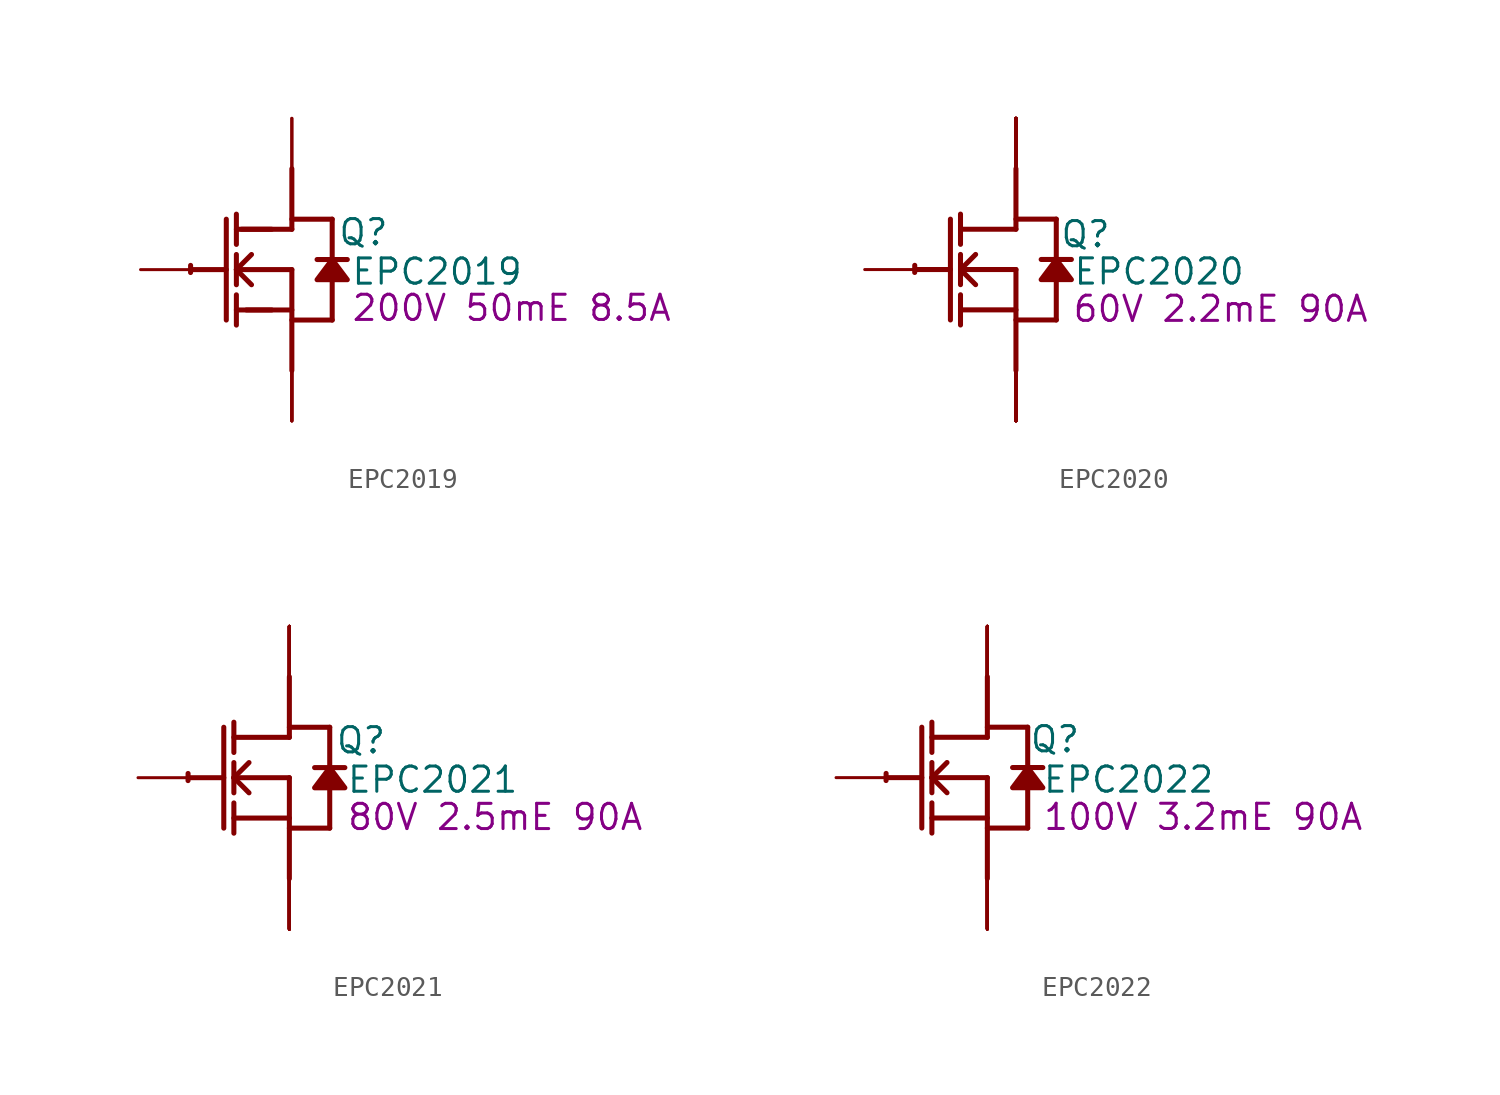
<source format=kicad_sym>
(kicad_symbol_lib
  (version 20220914)
  (generator kicad_symbol_editor)
  (symbol "EPC2019"
    (property "Reference" "Q"
      (at 3.607 1.88 0)
      (effects (font (size 1.27 1.27))))
    (property "Value" "EPC2019"
      (at 7.315 -0.102 0)
      (effects (font (size 1.27 1.27))))
    (property "Description" "200V 50mE 8.5A"
      (at 11.074 -1.93 0)
      (effects (font (size 1.27 1.27))))
    (symbol "EPC2019_1_0"
      (arc (start -5.0996 0.2128) (mid -5.1039 0.0331) (end -5.1019 -0.1467) (stroke (width 0.254) (type solid)) (fill (type none)))
      (polyline (pts (xy -5.08 0) (xy -3.302 0)) (stroke (width 0.254) (type solid)) (fill (type none)))
      (polyline (pts (xy -3.302 2.54) (xy -3.302 -2.54)) (stroke (width 0.254) (type solid)) (fill (type none)))
      (polyline (pts (xy -2.794 -2.794) (xy -2.794 -1.27)) (stroke (width 0.254) (type solid)) (fill (type none)))
      (polyline (pts (xy -2.794 -2.032) (xy -1.016 -2.032)) (stroke (width 0.254) (type solid)) (fill (type none)))
      (polyline (pts (xy -2.794 -0.762) (xy -2.794 0.762)) (stroke (width 0.254) (type solid)) (fill (type none)))
      (polyline (pts (xy -2.794 0) (xy -2.032 0.762)) (stroke (width 0.254) (type solid)) (fill (type none)))
      (polyline (pts (xy -2.794 0) (xy 0 0)) (stroke (width 0.254) (type solid)) (fill (type none)))
      (polyline (pts (xy -2.794 1.27) (xy -2.794 2.794)) (stroke (width 0.254) (type solid)) (fill (type none)))
      (polyline (pts (xy -2.286 -2.032) (xy 0 -2.032)) (stroke (width 0.254) (type solid)) (fill (type none)))
      (polyline (pts (xy -2.032 -0.762) (xy -2.794 0)) (stroke (width 0.254) (type solid)) (fill (type none)))
      (polyline (pts (xy -1.016 2.032) (xy -2.794 2.032)) (stroke (width 0.254) (type solid)) (fill (type none)))
      (polyline (pts (xy 0 -2.54) (xy 2.032 -2.54)) (stroke (width 0.254) (type solid)) (fill (type none)))
      (polyline (pts (xy 0 0) (xy 0 -5.08)) (stroke (width 0.254) (type solid)) (fill (type none)))
      (polyline (pts (xy 0 2.032) (xy -2.54 2.032)) (stroke (width 0.254) (type solid)) (fill (type none)))
      (polyline (pts (xy 0 2.032) (xy 0 5.08)) (stroke (width 0.254) (type solid)) (fill (type none)))
      (polyline (pts (xy 0 2.54) (xy 2.032 2.54)) (stroke (width 0.254) (type solid)) (fill (type none)))
      (polyline (pts (xy 2.032 -0.508) (xy 2.032 -2.54)) (stroke (width 0.254) (type solid)) (fill (type none)))
      (polyline (pts (xy 2.032 2.54) (xy 2.032 0.508)) (stroke (width 0.254) (type solid)) (fill (type none)))
      (polyline (pts (xy 2.794 0.508) (xy 1.27 0.508)) (stroke (width 0.254) (type solid)) (fill (type none)))
      (polyline (pts (xy 2.032 0.508) (xy 1.27 -0.508) (xy 2.794 -0.508) (xy 2.032 0.508)) (stroke (width 0.254) (type solid)) (fill (type outline)))
      (arc (start 0.0154 5.104) (mid 0.0077 5.104) (end 0 5.104) (stroke (width 0.254) (type solid)) (fill (type none)))
      (pin passive line (at -7.62 0 0) (length 2.54) (name "G" (effects (font (size 0 0)))) (number "1" (effects (font (size 0 0)))))
      (pin open_emitter line (at 0 -7.62 90) (length 2.54) (name "S3" (effects (font (size 0 0)))) (number "2" (effects (font (size 0 0)))))
      (pin open_collector line (at 0 7.62 270) (length 2.54) (name "D1" (effects (font (size 0 0)))) (number "3" (effects (font (size 0 0)))))
      (pin open_emitter line (at 0 -7.62 90) (length 2.54) (name "S1" (effects (font (size 0 0)))) (number "4" (effects (font (size 0 0)))))
      (pin open_collector line (at 0 7.62 270) (length 2.54) (name "D2" (effects (font (size 0 0)))) (number "5" (effects (font (size 0 0)))))
      (pin open_emitter line (at 0 -7.62 90) (length 2.54) (name "S2" (effects (font (size 0 0)))) (number "6" (effects (font (size 0 0)))))
      (pin open_emitter line (at 0 -7.62 90) (length 2.54) (name "Sub" (effects (font (size 0 0)))) (number "7" (effects (font (size 0 0)))))))
  (symbol "EPC2020"
    (property "Reference" "Q"
      (at 3.505 1.778 0)
      (effects (font (size 1.27 1.27))))
    (property "Value" "EPC2020"
      (at 7.214 -0.102 0)
      (effects (font (size 1.27 1.27))))
    (property "Description" "60V 2.2mE 90A"
      (at 10.312 -1.981 0)
      (effects (font (size 1.27 1.27))))
    (symbol "EPC2020_1_0"
      (arc (start -5.0996 0.2128) (mid -5.1039 0.0331) (end -5.1019 -0.1467) (stroke (width 0.254) (type solid)) (fill (type none)))
      (polyline (pts (xy -5.08 0) (xy -3.302 0)) (stroke (width 0.254) (type solid)) (fill (type none)))
      (polyline (pts (xy -3.302 2.54) (xy -3.302 -2.54)) (stroke (width 0.254) (type solid)) (fill (type none)))
      (polyline (pts (xy -2.794 -2.794) (xy -2.794 -1.27)) (stroke (width 0.254) (type solid)) (fill (type none)))
      (polyline (pts (xy -2.794 -2.032) (xy 0 -2.032)) (stroke (width 0.254) (type solid)) (fill (type none)))
      (polyline (pts (xy -2.794 -0.762) (xy -2.794 0.762)) (stroke (width 0.254) (type solid)) (fill (type none)))
      (polyline (pts (xy -2.794 0) (xy -2.032 0.762)) (stroke (width 0.254) (type solid)) (fill (type none)))
      (polyline (pts (xy -2.794 0) (xy 0 0)) (stroke (width 0.254) (type solid)) (fill (type none)))
      (polyline (pts (xy -2.794 1.27) (xy -2.794 2.794)) (stroke (width 0.254) (type solid)) (fill (type none)))
      (polyline (pts (xy -2.032 -0.762) (xy -2.794 0)) (stroke (width 0.254) (type solid)) (fill (type none)))
      (polyline (pts (xy 0 -2.54) (xy 2.032 -2.54)) (stroke (width 0.254) (type solid)) (fill (type none)))
      (polyline (pts (xy 0 0) (xy 0 -5.08)) (stroke (width 0.254) (type solid)) (fill (type none)))
      (polyline (pts (xy 0 2.032) (xy -2.794 2.032)) (stroke (width 0.254) (type solid)) (fill (type none)))
      (polyline (pts (xy 0 2.032) (xy 0 5.08)) (stroke (width 0.254) (type solid)) (fill (type none)))
      (polyline (pts (xy 0 2.54) (xy 2.032 2.54)) (stroke (width 0.254) (type solid)) (fill (type none)))
      (polyline (pts (xy 2.032 -0.508) (xy 2.032 -2.54)) (stroke (width 0.254) (type solid)) (fill (type none)))
      (polyline (pts (xy 2.032 2.54) (xy 2.032 0.508)) (stroke (width 0.254) (type solid)) (fill (type none)))
      (polyline (pts (xy 2.794 0.508) (xy 1.27 0.508)) (stroke (width 0.254) (type solid)) (fill (type none)))
      (polyline (pts (xy 2.032 0.508) (xy 1.27 -0.508) (xy 2.794 -0.508) (xy 2.032 0.508)) (stroke (width 0.254) (type solid)) (fill (type outline)))
      (pin passive line (at -7.62 0 0) (length 2.54) (name "G" (effects (font (size 0 0)))) (number "1" (effects (font (size 0 0)))))
      (pin open_emitter line (at 0 -7.62 90) (length 2.54) (name "S5" (effects (font (size 0 0)))) (number "10" (effects (font (size 0 0)))))
      (pin open_collector line (at 0 7.62 270) (length 2.54) (name "D4" (effects (font (size 0 0)))) (number "11" (effects (font (size 0 0)))))
      (pin open_collector line (at 0 7.62 270) (length 2.54) (name "D5" (effects (font (size 0 0)))) (number "12" (effects (font (size 0 0)))))
      (pin open_emitter line (at 0 -7.62 90) (length 2.54) (name "S6" (effects (font (size 0 0)))) (number "13" (effects (font (size 0 0)))))
      (pin open_emitter line (at 0 -7.62 90) (length 2.54) (name "S7" (effects (font (size 0 0)))) (number "14" (effects (font (size 0 0)))))
      (pin open_collector line (at 0 7.62 270) (length 2.54) (name "D6" (effects (font (size 0 0)))) (number "15" (effects (font (size 0 0)))))
      (pin open_collector line (at 0 7.62 270) (length 2.54) (name "D7" (effects (font (size 0 0)))) (number "16" (effects (font (size 0 0)))))
      (pin open_emitter line (at 0 -7.62 90) (length 2.54) (name "S8" (effects (font (size 0 0)))) (number "17" (effects (font (size 0 0)))))
      (pin open_emitter line (at 0 -7.62 90) (length 2.54) (name "S9" (effects (font (size 0 0)))) (number "18" (effects (font (size 0 0)))))
      (pin open_collector line (at 0 7.62 270) (length 2.54) (name "D8" (effects (font (size 0 0)))) (number "19" (effects (font (size 0 0)))))
      (pin open_emitter line (at 0 -7.62 90) (length 2.54) (name "S1" (effects (font (size 0 0)))) (number "2" (effects (font (size 0 0)))))
      (pin open_collector line (at 0 7.62 270) (length 2.54) (name "D9" (effects (font (size 0 0)))) (number "20" (effects (font (size 0 0)))))
      (pin open_emitter line (at 0 -7.62 90) (length 2.54) (name "S10" (effects (font (size 0 0)))) (number "21" (effects (font (size 0 0)))))
      (pin open_emitter line (at 0 -7.62 90) (length 2.54) (name "S11" (effects (font (size 0 0)))) (number "22" (effects (font (size 0 0)))))
      (pin open_collector line (at 0 7.62 270) (length 2.54) (name "D10" (effects (font (size 0 0)))) (number "23" (effects (font (size 0 0)))))
      (pin open_collector line (at 0 7.62 270) (length 2.54) (name "D11" (effects (font (size 0 0)))) (number "24" (effects (font (size 0 0)))))
      (pin open_emitter line (at 0 -7.62 90) (length 2.54) (name "S12" (effects (font (size 0 0)))) (number "25" (effects (font (size 0 0)))))
      (pin open_emitter line (at 0 -7.62 90) (length 2.54) (name "S13" (effects (font (size 0 0)))) (number "26" (effects (font (size 0 0)))))
      (pin open_collector line (at 0 7.62 270) (length 2.54) (name "D12" (effects (font (size 0 0)))) (number "27" (effects (font (size 0 0)))))
      (pin open_collector line (at 0 7.62 270) (length 2.54) (name "D13" (effects (font (size 0 0)))) (number "28" (effects (font (size 0 0)))))
      (pin open_emitter line (at 0 -7.62 90) (length 2.54) (name "S14" (effects (font (size 0 0)))) (number "29" (effects (font (size 0 0)))))
      (pin open_collector line (at 0 7.62 270) (length 2.54) (name "D1" (effects (font (size 0 0)))) (number "3" (effects (font (size 0 0)))))
      (pin open_emitter line (at 0 -7.62 90) (length 2.54) (name "Sub" (effects (font (size 0 0)))) (number "30" (effects (font (size 0 0)))))
      (pin open_collector line (at 0 7.62 270) (length 2.54) (name "D1" (effects (font (size 0 0)))) (number "4" (effects (font (size 0 0)))))
      (pin open_emitter line (at 0 -7.62 90) (length 2.54) (name "S2" (effects (font (size 0 0)))) (number "5" (effects (font (size 0 0)))))
      (pin open_emitter line (at 0 -7.62 90) (length 2.54) (name "S3" (effects (font (size 0 0)))) (number "6" (effects (font (size 0 0)))))
      (pin open_collector line (at 0 7.62 270) (length 2.54) (name "D2" (effects (font (size 0 0)))) (number "7" (effects (font (size 0 0)))))
      (pin open_collector line (at 0 7.62 270) (length 2.54) (name "D3" (effects (font (size 0 0)))) (number "8" (effects (font (size 0 0)))))
      (pin open_emitter line (at 0 -7.62 90) (length 2.54) (name "S4" (effects (font (size 0 0)))) (number "9" (effects (font (size 0 0)))))))
  (symbol "EPC2021"
    (property "Reference" "Q"
      (at 3.607 1.88 0)
      (effects (font (size 1.27 1.27))))
    (property "Value" "EPC2021"
      (at 7.214 -0.102 0)
      (effects (font (size 1.27 1.27))))
    (property "Description" "80V 2.5mE 90A"
      (at 10.363 -1.981 0)
      (effects (font (size 1.27 1.27))))
    (symbol "EPC2021_1_0"
      (arc (start -5.0996 0.2128) (mid -5.1039 0.0331) (end -5.1019 -0.1467) (stroke (width 0.254) (type solid)) (fill (type none)))
      (polyline (pts (xy -5.08 0) (xy -3.302 0)) (stroke (width 0.254) (type solid)) (fill (type none)))
      (polyline (pts (xy -3.302 2.54) (xy -3.302 -2.54)) (stroke (width 0.254) (type solid)) (fill (type none)))
      (polyline (pts (xy -2.794 -2.794) (xy -2.794 -1.27)) (stroke (width 0.254) (type solid)) (fill (type none)))
      (polyline (pts (xy -2.794 -2.032) (xy 0 -2.032)) (stroke (width 0.254) (type solid)) (fill (type none)))
      (polyline (pts (xy -2.794 -0.762) (xy -2.794 0.762)) (stroke (width 0.254) (type solid)) (fill (type none)))
      (polyline (pts (xy -2.794 0) (xy -2.032 0.762)) (stroke (width 0.254) (type solid)) (fill (type none)))
      (polyline (pts (xy -2.794 0) (xy 0 0)) (stroke (width 0.254) (type solid)) (fill (type none)))
      (polyline (pts (xy -2.794 1.27) (xy -2.794 2.794)) (stroke (width 0.254) (type solid)) (fill (type none)))
      (polyline (pts (xy -2.032 -0.762) (xy -2.794 0)) (stroke (width 0.254) (type solid)) (fill (type none)))
      (polyline (pts (xy 0 -2.54) (xy 2.032 -2.54)) (stroke (width 0.254) (type solid)) (fill (type none)))
      (polyline (pts (xy 0 0) (xy 0 -5.08)) (stroke (width 0.254) (type solid)) (fill (type none)))
      (polyline (pts (xy 0 2.032) (xy -2.794 2.032)) (stroke (width 0.254) (type solid)) (fill (type none)))
      (polyline (pts (xy 0 2.032) (xy 0 5.08)) (stroke (width 0.254) (type solid)) (fill (type none)))
      (polyline (pts (xy 0 2.54) (xy 2.032 2.54)) (stroke (width 0.254) (type solid)) (fill (type none)))
      (polyline (pts (xy 2.032 -0.508) (xy 2.032 -2.54)) (stroke (width 0.254) (type solid)) (fill (type none)))
      (polyline (pts (xy 2.032 2.54) (xy 2.032 0.508)) (stroke (width 0.254) (type solid)) (fill (type none)))
      (polyline (pts (xy 2.794 0.508) (xy 1.27 0.508)) (stroke (width 0.254) (type solid)) (fill (type none)))
      (polyline (pts (xy 2.032 0.508) (xy 1.27 -0.508) (xy 2.794 -0.508) (xy 2.032 0.508)) (stroke (width 0.254) (type solid)) (fill (type outline)))
      (pin passive line (at -7.62 0 0) (length 2.54) (name "G" (effects (font (size 0 0)))) (number "1" (effects (font (size 0 0)))))
      (pin open_emitter line (at 0 -7.62 90) (length 2.54) (name "S5" (effects (font (size 0 0)))) (number "10" (effects (font (size 0 0)))))
      (pin open_collector line (at 0 7.62 270) (length 2.54) (name "D5" (effects (font (size 0 0)))) (number "11" (effects (font (size 0 0)))))
      (pin open_collector line (at 0 7.62 270) (length 2.54) (name "D6" (effects (font (size 0 0)))) (number "12" (effects (font (size 0 0)))))
      (pin open_emitter line (at 0 -7.62 90) (length 2.54) (name "S6" (effects (font (size 0 0)))) (number "13" (effects (font (size 0 0)))))
      (pin open_emitter line (at 0 -7.62 90) (length 2.54) (name "S7" (effects (font (size 0 0)))) (number "14" (effects (font (size 0 0)))))
      (pin open_collector line (at 0 7.62 270) (length 2.54) (name "D7" (effects (font (size 0 0)))) (number "15" (effects (font (size 0 0)))))
      (pin open_collector line (at 0 7.62 270) (length 2.54) (name "D8" (effects (font (size 0 0)))) (number "16" (effects (font (size 0 0)))))
      (pin open_emitter line (at 0 -7.62 90) (length 2.54) (name "S8" (effects (font (size 0 0)))) (number "17" (effects (font (size 0 0)))))
      (pin open_emitter line (at 0 -7.62 90) (length 2.54) (name "S9" (effects (font (size 0 0)))) (number "18" (effects (font (size 0 0)))))
      (pin open_collector line (at 0 7.62 270) (length 2.54) (name "D9" (effects (font (size 0 0)))) (number "19" (effects (font (size 0 0)))))
      (pin open_emitter line (at 0 -7.62 90) (length 2.54) (name "S1" (effects (font (size 0 0)))) (number "2" (effects (font (size 0 0)))))
      (pin open_collector line (at 0 7.62 270) (length 2.54) (name "D10" (effects (font (size 0 0)))) (number "20" (effects (font (size 0 0)))))
      (pin open_emitter line (at 0 -7.62 90) (length 2.54) (name "S10" (effects (font (size 0 0)))) (number "21" (effects (font (size 0 0)))))
      (pin open_emitter line (at 0 -7.62 90) (length 2.54) (name "S11" (effects (font (size 0 0)))) (number "22" (effects (font (size 0 0)))))
      (pin open_collector line (at 0 7.62 270) (length 2.54) (name "D11" (effects (font (size 0 0)))) (number "23" (effects (font (size 0 0)))))
      (pin open_collector line (at 0 7.62 270) (length 2.54) (name "D12" (effects (font (size 0 0)))) (number "24" (effects (font (size 0 0)))))
      (pin open_emitter line (at 0 -7.62 90) (length 2.54) (name "S12" (effects (font (size 0 0)))) (number "25" (effects (font (size 0 0)))))
      (pin open_emitter line (at 0 -7.62 90) (length 2.54) (name "S13" (effects (font (size 0 0)))) (number "26" (effects (font (size 0 0)))))
      (pin open_collector line (at 0 7.62 270) (length 2.54) (name "D13" (effects (font (size 0 0)))) (number "27" (effects (font (size 0 0)))))
      (pin open_collector line (at 0 7.62 270) (length 2.54) (name "D14" (effects (font (size 0 0)))) (number "28" (effects (font (size 0 0)))))
      (pin open_emitter line (at 0 -7.62 90) (length 2.54) (name "S14" (effects (font (size 0 0)))) (number "29" (effects (font (size 0 0)))))
      (pin open_collector line (at 0 7.62 270) (length 2.54) (name "D1" (effects (font (size 0 0)))) (number "3" (effects (font (size 0 0)))))
      (pin open_emitter line (at 0 -7.62 90) (length 2.54) (name "Sub" (effects (font (size 0 0)))) (number "30" (effects (font (size 0 0)))))
      (pin open_collector line (at 0 7.62 270) (length 2.54) (name "D2" (effects (font (size 0 0)))) (number "4" (effects (font (size 0 0)))))
      (pin open_emitter line (at 0 -7.62 90) (length 2.54) (name "S2" (effects (font (size 0 0)))) (number "5" (effects (font (size 0 0)))))
      (pin open_emitter line (at 0 -7.62 90) (length 2.54) (name "S3" (effects (font (size 0 0)))) (number "6" (effects (font (size 0 0)))))
      (pin open_collector line (at 0 7.62 270) (length 2.54) (name "D3" (effects (font (size 0 0)))) (number "7" (effects (font (size 0 0)))))
      (pin open_collector line (at 0 7.62 270) (length 2.54) (name "D4" (effects (font (size 0 0)))) (number "8" (effects (font (size 0 0)))))
      (pin open_emitter line (at 0 -7.62 90) (length 2.54) (name "S4" (effects (font (size 0 0)))) (number "9" (effects (font (size 0 0)))))))
  (symbol "EPC2022"
    (property "Reference" "Q"
      (at 3.404 1.93 0)
      (effects (font (size 1.27 1.27))))
    (property "Value" "EPC2022"
      (at 7.112 -0.102 0)
      (effects (font (size 1.27 1.27))))
    (property "Description" "100V 3.2mE 90A"
      (at 10.871 -1.981 0)
      (effects (font (size 1.27 1.27))))
    (symbol "EPC2022_1_0"
      (arc (start -5.0996 0.2128) (mid -5.1039 0.0331) (end -5.1019 -0.1467) (stroke (width 0.254) (type solid)) (fill (type none)))
      (polyline (pts (xy -5.08 0) (xy -3.302 0)) (stroke (width 0.254) (type solid)) (fill (type none)))
      (polyline (pts (xy -3.302 2.54) (xy -3.302 -2.54)) (stroke (width 0.254) (type solid)) (fill (type none)))
      (polyline (pts (xy -2.794 -2.794) (xy -2.794 -1.27)) (stroke (width 0.254) (type solid)) (fill (type none)))
      (polyline (pts (xy -2.794 -2.032) (xy 0 -2.032)) (stroke (width 0.254) (type solid)) (fill (type none)))
      (polyline (pts (xy -2.794 -0.762) (xy -2.794 0.762)) (stroke (width 0.254) (type solid)) (fill (type none)))
      (polyline (pts (xy -2.794 0) (xy -2.032 0.762)) (stroke (width 0.254) (type solid)) (fill (type none)))
      (polyline (pts (xy -2.794 0) (xy 0 0)) (stroke (width 0.254) (type solid)) (fill (type none)))
      (polyline (pts (xy -2.794 1.27) (xy -2.794 2.794)) (stroke (width 0.254) (type solid)) (fill (type none)))
      (polyline (pts (xy -2.032 -0.762) (xy -2.794 0)) (stroke (width 0.254) (type solid)) (fill (type none)))
      (polyline (pts (xy 0 -2.54) (xy 2.032 -2.54)) (stroke (width 0.254) (type solid)) (fill (type none)))
      (polyline (pts (xy 0 0) (xy 0 -5.08)) (stroke (width 0.254) (type solid)) (fill (type none)))
      (polyline (pts (xy 0 2.032) (xy -2.794 2.032)) (stroke (width 0.254) (type solid)) (fill (type none)))
      (polyline (pts (xy 0 2.032) (xy 0 5.08)) (stroke (width 0.254) (type solid)) (fill (type none)))
      (polyline (pts (xy 0 2.54) (xy 2.032 2.54)) (stroke (width 0.254) (type solid)) (fill (type none)))
      (polyline (pts (xy 2.032 -0.508) (xy 2.032 -2.54)) (stroke (width 0.254) (type solid)) (fill (type none)))
      (polyline (pts (xy 2.032 2.54) (xy 2.032 0.508)) (stroke (width 0.254) (type solid)) (fill (type none)))
      (polyline (pts (xy 2.794 0.508) (xy 1.27 0.508)) (stroke (width 0.254) (type solid)) (fill (type none)))
      (polyline (pts (xy 2.032 0.508) (xy 1.27 -0.508) (xy 2.794 -0.508) (xy 2.032 0.508)) (stroke (width 0.254) (type solid)) (fill (type outline)))
      (pin passive line (at -7.62 0 0) (length 2.54) (name "G" (effects (font (size 0 0)))) (number "1" (effects (font (size 0 0)))))
      (pin open_emitter line (at 0 -7.62 90) (length 2.54) (name "S5" (effects (font (size 0 0)))) (number "10" (effects (font (size 0 0)))))
      (pin open_collector line (at 0 7.62 270) (length 2.54) (name "D5" (effects (font (size 0 0)))) (number "11" (effects (font (size 0 0)))))
      (pin open_collector line (at 0 7.62 270) (length 2.54) (name "D6" (effects (font (size 0 0)))) (number "12" (effects (font (size 0 0)))))
      (pin open_emitter line (at 0 -7.62 90) (length 2.54) (name "S6" (effects (font (size 0 0)))) (number "13" (effects (font (size 0 0)))))
      (pin open_emitter line (at 0 -7.62 90) (length 2.54) (name "S7" (effects (font (size 0 0)))) (number "14" (effects (font (size 0 0)))))
      (pin open_collector line (at 0 7.62 270) (length 2.54) (name "D7" (effects (font (size 0 0)))) (number "15" (effects (font (size 0 0)))))
      (pin open_collector line (at 0 7.62 270) (length 2.54) (name "D8" (effects (font (size 0 0)))) (number "16" (effects (font (size 0 0)))))
      (pin open_emitter line (at 0 -7.62 90) (length 2.54) (name "S8" (effects (font (size 0 0)))) (number "17" (effects (font (size 0 0)))))
      (pin open_emitter line (at 0 -7.62 90) (length 2.54) (name "S9" (effects (font (size 0 0)))) (number "18" (effects (font (size 0 0)))))
      (pin open_collector line (at 0 7.62 270) (length 2.54) (name "D9" (effects (font (size 0 0)))) (number "19" (effects (font (size 0 0)))))
      (pin open_emitter line (at 0 -7.62 90) (length 2.54) (name "S1" (effects (font (size 0 0)))) (number "2" (effects (font (size 0 0)))))
      (pin open_collector line (at 0 7.62 270) (length 2.54) (name "D10" (effects (font (size 0 0)))) (number "20" (effects (font (size 0 0)))))
      (pin open_emitter line (at 0 -7.62 90) (length 2.54) (name "S10" (effects (font (size 0 0)))) (number "21" (effects (font (size 0 0)))))
      (pin open_emitter line (at 0 -7.62 90) (length 2.54) (name "S11" (effects (font (size 0 0)))) (number "22" (effects (font (size 0 0)))))
      (pin open_collector line (at 0 7.62 270) (length 2.54) (name "D11" (effects (font (size 0 0)))) (number "23" (effects (font (size 0 0)))))
      (pin open_collector line (at 0 7.62 270) (length 2.54) (name "D12" (effects (font (size 0 0)))) (number "24" (effects (font (size 0 0)))))
      (pin open_emitter line (at 0 -7.62 90) (length 2.54) (name "S12" (effects (font (size 0 0)))) (number "25" (effects (font (size 0 0)))))
      (pin open_emitter line (at 0 -7.62 90) (length 2.54) (name "S13" (effects (font (size 0 0)))) (number "26" (effects (font (size 0 0)))))
      (pin open_collector line (at 0 7.62 270) (length 2.54) (name "D13" (effects (font (size 0 0)))) (number "27" (effects (font (size 0 0)))))
      (pin open_collector line (at 0 7.62 270) (length 2.54) (name "D14" (effects (font (size 0 0)))) (number "28" (effects (font (size 0 0)))))
      (pin open_emitter line (at 0 -7.62 90) (length 2.54) (name "S14" (effects (font (size 0 0)))) (number "29" (effects (font (size 0 0)))))
      (pin open_collector line (at 0 7.62 270) (length 2.54) (name "D1" (effects (font (size 0 0)))) (number "3" (effects (font (size 0 0)))))
      (pin open_emitter line (at 0 -7.62 90) (length 2.54) (name "Sub" (effects (font (size 0 0)))) (number "30" (effects (font (size 0 0)))))
      (pin open_collector line (at 0 7.62 270) (length 2.54) (name "D2" (effects (font (size 0 0)))) (number "4" (effects (font (size 0 0)))))
      (pin open_emitter line (at 0 -7.62 90) (length 2.54) (name "S2" (effects (font (size 0 0)))) (number "5" (effects (font (size 0 0)))))
      (pin open_emitter line (at 0 -7.62 90) (length 2.54) (name "S3" (effects (font (size 0 0)))) (number "6" (effects (font (size 0 0)))))
      (pin open_collector line (at 0 7.62 270) (length 2.54) (name "D3" (effects (font (size 0 0)))) (number "7" (effects (font (size 0 0)))))
      (pin open_collector line (at 0 7.62 270) (length 2.54) (name "D4" (effects (font (size 0 0)))) (number "8" (effects (font (size 0 0)))))
      (pin open_emitter line (at 0 -7.62 90) (length 2.54) (name "S4" (effects (font (size 0 0)))) (number "9" (effects (font (size 0 0))))))))
</source>
